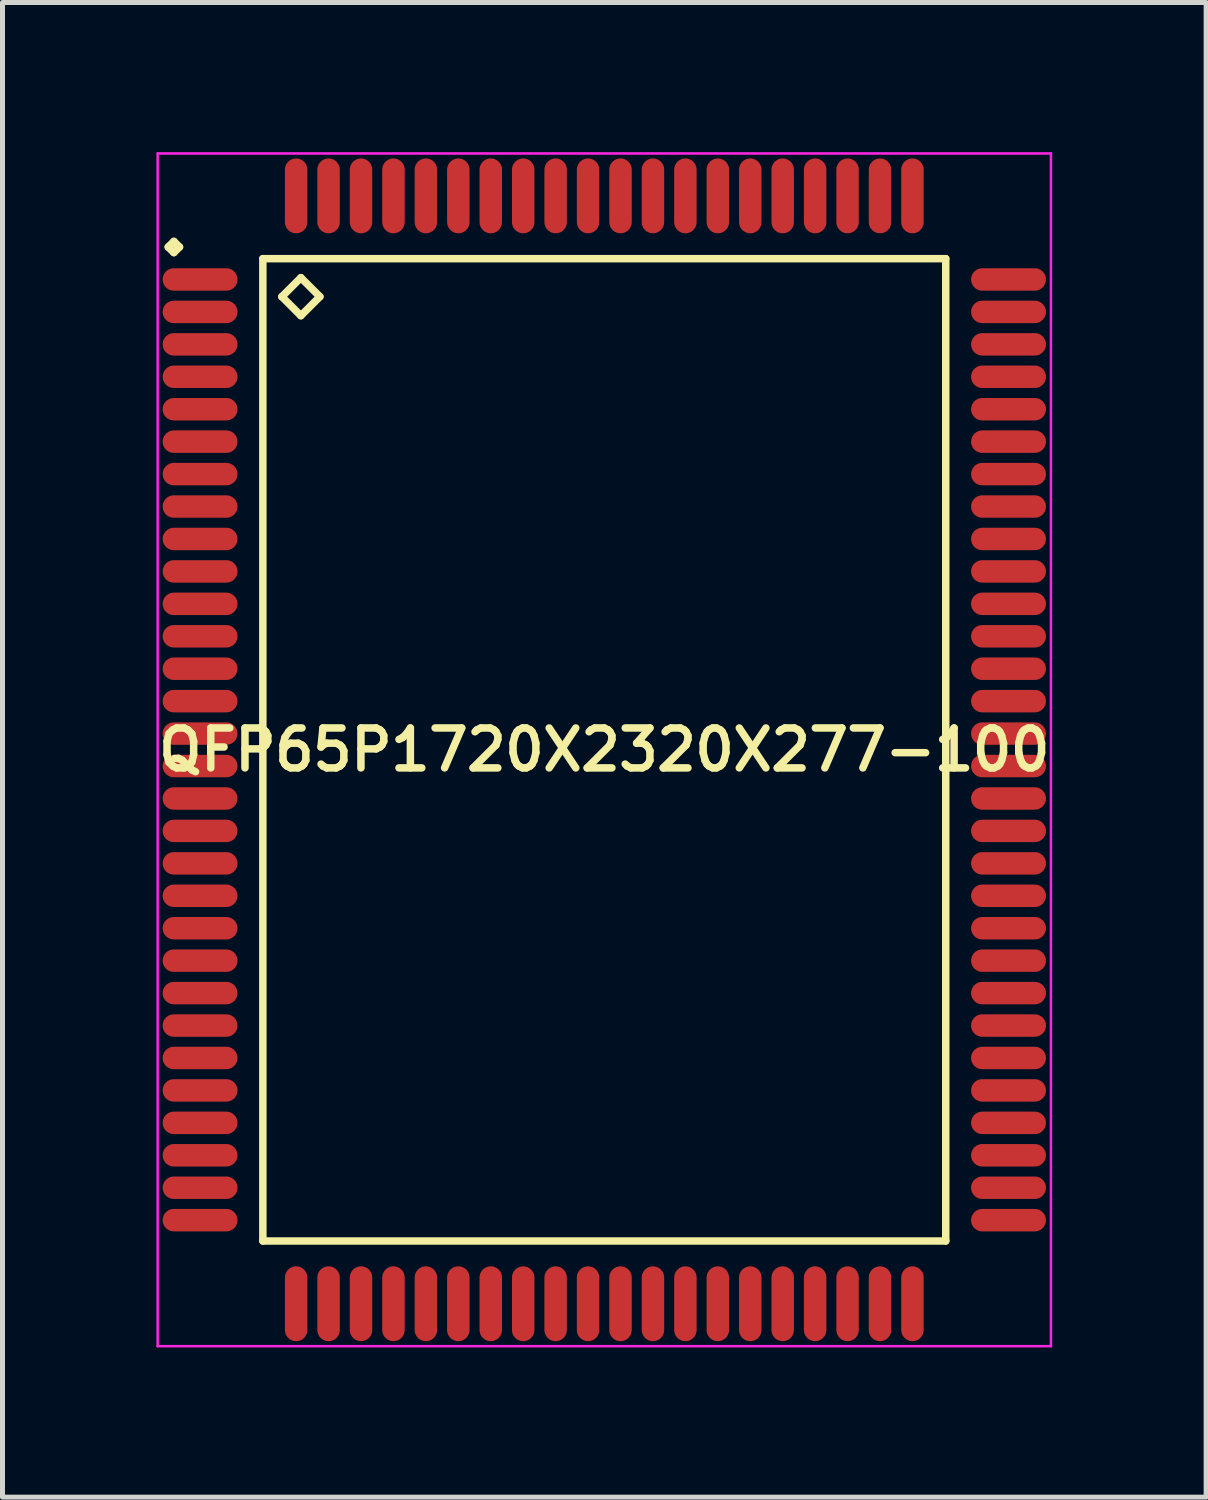
<source format=kicad_pcb>
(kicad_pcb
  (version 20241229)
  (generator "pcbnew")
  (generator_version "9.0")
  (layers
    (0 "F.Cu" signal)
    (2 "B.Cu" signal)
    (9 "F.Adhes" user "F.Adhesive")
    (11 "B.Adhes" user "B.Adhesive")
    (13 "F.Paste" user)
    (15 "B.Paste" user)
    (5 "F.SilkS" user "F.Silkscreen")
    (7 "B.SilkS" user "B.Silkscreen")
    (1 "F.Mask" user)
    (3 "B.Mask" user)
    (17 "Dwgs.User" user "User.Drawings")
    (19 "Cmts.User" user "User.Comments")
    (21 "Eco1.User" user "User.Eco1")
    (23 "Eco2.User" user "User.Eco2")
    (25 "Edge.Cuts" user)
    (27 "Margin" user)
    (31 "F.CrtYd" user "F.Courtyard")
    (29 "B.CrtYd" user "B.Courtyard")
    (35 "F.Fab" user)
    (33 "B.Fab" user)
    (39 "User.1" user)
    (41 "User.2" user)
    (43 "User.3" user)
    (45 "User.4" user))
  (footprint "QFP65P1720X2320X277-100"
    (layer "F.Cu")
    (at 9.059 11.975)
    (property "Reference" "QFP65P1720X2320X277-100" (at 0 0 0) (layer "F.SilkS") (effects (font (size 0.8 0.8) (thickness 0.15))))
    (attr smd)
    (fp_line (start -8.738 -10.075) (end -8.625 -10.188) (stroke (width 0.15) (type solid)) (layer "F.SilkS"))
    (fp_line (start -8.625 -10.188) (end -8.512 -10.075) (stroke (width 0.15) (type solid)) (layer "F.SilkS"))
    (fp_line (start -8.625 -9.963) (end -8.738 -10.075) (stroke (width 0.15) (type solid)) (layer "F.SilkS"))
    (fp_line (start -8.512 -10.075) (end -8.625 -9.963) (stroke (width 0.15) (type solid)) (layer "F.SilkS"))
    (fp_line (start -6.842 -9.842) (end -6.842 9.842) (stroke (width 0.15) (type solid)) (layer "F.SilkS"))
    (fp_line (start -6.842 9.842) (end 6.842 9.842) (stroke (width 0.15) (type solid)) (layer "F.SilkS"))
    (fp_line (start -6.461 -9.08) (end -6.08 -9.461) (stroke (width 0.15) (type solid)) (layer "F.SilkS"))
    (fp_line (start -6.08 -9.461) (end -5.699 -9.08) (stroke (width 0.15) (type solid)) (layer "F.SilkS"))
    (fp_line (start -6.08 -8.699) (end -6.461 -9.08) (stroke (width 0.15) (type solid)) (layer "F.SilkS"))
    (fp_line (start -5.699 -9.08) (end -6.08 -8.699) (stroke (width 0.15) (type solid)) (layer "F.SilkS"))
    (fp_line (start 6.842 -9.842) (end -6.842 -9.842) (stroke (width 0.15) (type solid)) (layer "F.SilkS"))
    (fp_line (start 6.842 9.842) (end 6.842 -9.842) (stroke (width 0.15) (type solid)) (layer "F.SilkS"))
    (fp_line (start -8.95 -11.95) (end 8.95 -11.95) (stroke (width 0.05) (type solid)) (layer "F.CrtYd"))
    (fp_line (start -8.95 11.95) (end -8.95 -11.95) (stroke (width 0.05) (type solid)) (layer "F.CrtYd"))
    (fp_line (start 8.95 -11.95) (end 8.95 11.95) (stroke (width 0.05) (type solid)) (layer "F.CrtYd"))
    (fp_line (start 8.95 11.95) (end -8.95 11.95) (stroke (width 0.05) (type solid)) (layer "F.CrtYd"))
    (pad "1" smd oval (at -8.1 -9.425) (size 1.5 0.45) (layers "F.Cu" "F.Mask" "F.Paste"))
    (pad "2" smd oval (at -8.1 -8.775) (size 1.5 0.45) (layers "F.Cu" "F.Mask" "F.Paste"))
    (pad "3" smd oval (at -8.1 -8.125) (size 1.5 0.45) (layers "F.Cu" "F.Mask" "F.Paste"))
    (pad "4" smd oval (at -8.1 -7.475) (size 1.5 0.45) (layers "F.Cu" "F.Mask" "F.Paste"))
    (pad "5" smd oval (at -8.1 -6.825) (size 1.5 0.45) (layers "F.Cu" "F.Mask" "F.Paste"))
    (pad "6" smd oval (at -8.1 -6.175) (size 1.5 0.45) (layers "F.Cu" "F.Mask" "F.Paste"))
    (pad "7" smd oval (at -8.1 -5.525) (size 1.5 0.45) (layers "F.Cu" "F.Mask" "F.Paste"))
    (pad "8" smd oval (at -8.1 -4.875) (size 1.5 0.45) (layers "F.Cu" "F.Mask" "F.Paste"))
    (pad "9" smd oval (at -8.1 -4.225) (size 1.5 0.45) (layers "F.Cu" "F.Mask" "F.Paste"))
    (pad "10" smd oval (at -8.1 -3.575) (size 1.5 0.45) (layers "F.Cu" "F.Mask" "F.Paste"))
    (pad "11" smd oval (at -8.1 -2.925) (size 1.5 0.45) (layers "F.Cu" "F.Mask" "F.Paste"))
    (pad "12" smd oval (at -8.1 -2.275) (size 1.5 0.45) (layers "F.Cu" "F.Mask" "F.Paste"))
    (pad "13" smd oval (at -8.1 -1.625) (size 1.5 0.45) (layers "F.Cu" "F.Mask" "F.Paste"))
    (pad "14" smd oval (at -8.1 -0.975) (size 1.5 0.45) (layers "F.Cu" "F.Mask" "F.Paste"))
    (pad "15" smd oval (at -8.1 -0.325) (size 1.5 0.45) (layers "F.Cu" "F.Mask" "F.Paste"))
    (pad "16" smd oval (at -8.1 0.325) (size 1.5 0.45) (layers "F.Cu" "F.Mask" "F.Paste"))
    (pad "17" smd oval (at -8.1 0.975) (size 1.5 0.45) (layers "F.Cu" "F.Mask" "F.Paste"))
    (pad "18" smd oval (at -8.1 1.625) (size 1.5 0.45) (layers "F.Cu" "F.Mask" "F.Paste"))
    (pad "19" smd oval (at -8.1 2.275) (size 1.5 0.45) (layers "F.Cu" "F.Mask" "F.Paste"))
    (pad "20" smd oval (at -8.1 2.925) (size 1.5 0.45) (layers "F.Cu" "F.Mask" "F.Paste"))
    (pad "21" smd oval (at -8.1 3.575) (size 1.5 0.45) (layers "F.Cu" "F.Mask" "F.Paste"))
    (pad "22" smd oval (at -8.1 4.225) (size 1.5 0.45) (layers "F.Cu" "F.Mask" "F.Paste"))
    (pad "23" smd oval (at -8.1 4.875) (size 1.5 0.45) (layers "F.Cu" "F.Mask" "F.Paste"))
    (pad "24" smd oval (at -8.1 5.525) (size 1.5 0.45) (layers "F.Cu" "F.Mask" "F.Paste"))
    (pad "25" smd oval (at -8.1 6.175) (size 1.5 0.45) (layers "F.Cu" "F.Mask" "F.Paste"))
    (pad "26" smd oval (at -8.1 6.825) (size 1.5 0.45) (layers "F.Cu" "F.Mask" "F.Paste"))
    (pad "27" smd oval (at -8.1 7.475) (size 1.5 0.45) (layers "F.Cu" "F.Mask" "F.Paste"))
    (pad "28" smd oval (at -8.1 8.125) (size 1.5 0.45) (layers "F.Cu" "F.Mask" "F.Paste"))
    (pad "29" smd oval (at -8.1 8.775) (size 1.5 0.45) (layers "F.Cu" "F.Mask" "F.Paste"))
    (pad "30" smd oval (at -8.1 9.425) (size 1.5 0.45) (layers "F.Cu" "F.Mask" "F.Paste"))
    (pad "31" smd oval (at -6.175 11.1) (size 0.45 1.5) (layers "F.Cu" "F.Mask" "F.Paste"))
    (pad "32" smd oval (at -5.525 11.1) (size 0.45 1.5) (layers "F.Cu" "F.Mask" "F.Paste"))
    (pad "33" smd oval (at -4.875 11.1) (size 0.45 1.5) (layers "F.Cu" "F.Mask" "F.Paste"))
    (pad "34" smd oval (at -4.225 11.1) (size 0.45 1.5) (layers "F.Cu" "F.Mask" "F.Paste"))
    (pad "35" smd oval (at -3.575 11.1) (size 0.45 1.5) (layers "F.Cu" "F.Mask" "F.Paste"))
    (pad "36" smd oval (at -2.925 11.1) (size 0.45 1.5) (layers "F.Cu" "F.Mask" "F.Paste"))
    (pad "37" smd oval (at -2.275 11.1) (size 0.45 1.5) (layers "F.Cu" "F.Mask" "F.Paste"))
    (pad "38" smd oval (at -1.625 11.1) (size 0.45 1.5) (layers "F.Cu" "F.Mask" "F.Paste"))
    (pad "39" smd oval (at -0.975 11.1) (size 0.45 1.5) (layers "F.Cu" "F.Mask" "F.Paste"))
    (pad "40" smd oval (at -0.325 11.1) (size 0.45 1.5) (layers "F.Cu" "F.Mask" "F.Paste"))
    (pad "41" smd oval (at 0.325 11.1) (size 0.45 1.5) (layers "F.Cu" "F.Mask" "F.Paste"))
    (pad "42" smd oval (at 0.975 11.1) (size 0.45 1.5) (layers "F.Cu" "F.Mask" "F.Paste"))
    (pad "43" smd oval (at 1.625 11.1) (size 0.45 1.5) (layers "F.Cu" "F.Mask" "F.Paste"))
    (pad "44" smd oval (at 2.275 11.1) (size 0.45 1.5) (layers "F.Cu" "F.Mask" "F.Paste"))
    (pad "45" smd oval (at 2.925 11.1) (size 0.45 1.5) (layers "F.Cu" "F.Mask" "F.Paste"))
    (pad "46" smd oval (at 3.575 11.1) (size 0.45 1.5) (layers "F.Cu" "F.Mask" "F.Paste"))
    (pad "47" smd oval (at 4.225 11.1) (size 0.45 1.5) (layers "F.Cu" "F.Mask" "F.Paste"))
    (pad "48" smd oval (at 4.875 11.1) (size 0.45 1.5) (layers "F.Cu" "F.Mask" "F.Paste"))
    (pad "49" smd oval (at 5.525 11.1) (size 0.45 1.5) (layers "F.Cu" "F.Mask" "F.Paste"))
    (pad "50" smd oval (at 6.175 11.1) (size 0.45 1.5) (layers "F.Cu" "F.Mask" "F.Paste"))
    (pad "51" smd oval (at 8.1 9.425) (size 1.5 0.45) (layers "F.Cu" "F.Mask" "F.Paste"))
    (pad "52" smd oval (at 8.1 8.775) (size 1.5 0.45) (layers "F.Cu" "F.Mask" "F.Paste"))
    (pad "53" smd oval (at 8.1 8.125) (size 1.5 0.45) (layers "F.Cu" "F.Mask" "F.Paste"))
    (pad "54" smd oval (at 8.1 7.475) (size 1.5 0.45) (layers "F.Cu" "F.Mask" "F.Paste"))
    (pad "55" smd oval (at 8.1 6.825) (size 1.5 0.45) (layers "F.Cu" "F.Mask" "F.Paste"))
    (pad "56" smd oval (at 8.1 6.175) (size 1.5 0.45) (layers "F.Cu" "F.Mask" "F.Paste"))
    (pad "57" smd oval (at 8.1 5.525) (size 1.5 0.45) (layers "F.Cu" "F.Mask" "F.Paste"))
    (pad "58" smd oval (at 8.1 4.875) (size 1.5 0.45) (layers "F.Cu" "F.Mask" "F.Paste"))
    (pad "59" smd oval (at 8.1 4.225) (size 1.5 0.45) (layers "F.Cu" "F.Mask" "F.Paste"))
    (pad "60" smd oval (at 8.1 3.575) (size 1.5 0.45) (layers "F.Cu" "F.Mask" "F.Paste"))
    (pad "61" smd oval (at 8.1 2.925) (size 1.5 0.45) (layers "F.Cu" "F.Mask" "F.Paste"))
    (pad "62" smd oval (at 8.1 2.275) (size 1.5 0.45) (layers "F.Cu" "F.Mask" "F.Paste"))
    (pad "63" smd oval (at 8.1 1.625) (size 1.5 0.45) (layers "F.Cu" "F.Mask" "F.Paste"))
    (pad "64" smd oval (at 8.1 0.975) (size 1.5 0.45) (layers "F.Cu" "F.Mask" "F.Paste"))
    (pad "65" smd oval (at 8.1 0.325) (size 1.5 0.45) (layers "F.Cu" "F.Mask" "F.Paste"))
    (pad "66" smd oval (at 8.1 -0.325) (size 1.5 0.45) (layers "F.Cu" "F.Mask" "F.Paste"))
    (pad "67" smd oval (at 8.1 -0.975) (size 1.5 0.45) (layers "F.Cu" "F.Mask" "F.Paste"))
    (pad "68" smd oval (at 8.1 -1.625) (size 1.5 0.45) (layers "F.Cu" "F.Mask" "F.Paste"))
    (pad "69" smd oval (at 8.1 -2.275) (size 1.5 0.45) (layers "F.Cu" "F.Mask" "F.Paste"))
    (pad "70" smd oval (at 8.1 -2.925) (size 1.5 0.45) (layers "F.Cu" "F.Mask" "F.Paste"))
    (pad "71" smd oval (at 8.1 -3.575) (size 1.5 0.45) (layers "F.Cu" "F.Mask" "F.Paste"))
    (pad "72" smd oval (at 8.1 -4.225) (size 1.5 0.45) (layers "F.Cu" "F.Mask" "F.Paste"))
    (pad "73" smd oval (at 8.1 -4.875) (size 1.5 0.45) (layers "F.Cu" "F.Mask" "F.Paste"))
    (pad "74" smd oval (at 8.1 -5.525) (size 1.5 0.45) (layers "F.Cu" "F.Mask" "F.Paste"))
    (pad "75" smd oval (at 8.1 -6.175) (size 1.5 0.45) (layers "F.Cu" "F.Mask" "F.Paste"))
    (pad "76" smd oval (at 8.1 -6.825) (size 1.5 0.45) (layers "F.Cu" "F.Mask" "F.Paste"))
    (pad "77" smd oval (at 8.1 -7.475) (size 1.5 0.45) (layers "F.Cu" "F.Mask" "F.Paste"))
    (pad "78" smd oval (at 8.1 -8.125) (size 1.5 0.45) (layers "F.Cu" "F.Mask" "F.Paste"))
    (pad "79" smd oval (at 8.1 -8.775) (size 1.5 0.45) (layers "F.Cu" "F.Mask" "F.Paste"))
    (pad "80" smd oval (at 8.1 -9.425) (size 1.5 0.45) (layers "F.Cu" "F.Mask" "F.Paste"))
    (pad "81" smd oval (at 6.175 -11.1) (size 0.45 1.5) (layers "F.Cu" "F.Mask" "F.Paste"))
    (pad "82" smd oval (at 5.525 -11.1) (size 0.45 1.5) (layers "F.Cu" "F.Mask" "F.Paste"))
    (pad "83" smd oval (at 4.875 -11.1) (size 0.45 1.5) (layers "F.Cu" "F.Mask" "F.Paste"))
    (pad "84" smd oval (at 4.225 -11.1) (size 0.45 1.5) (layers "F.Cu" "F.Mask" "F.Paste"))
    (pad "85" smd oval (at 3.575 -11.1) (size 0.45 1.5) (layers "F.Cu" "F.Mask" "F.Paste"))
    (pad "86" smd oval (at 2.925 -11.1) (size 0.45 1.5) (layers "F.Cu" "F.Mask" "F.Paste"))
    (pad "87" smd oval (at 2.275 -11.1) (size 0.45 1.5) (layers "F.Cu" "F.Mask" "F.Paste"))
    (pad "88" smd oval (at 1.625 -11.1) (size 0.45 1.5) (layers "F.Cu" "F.Mask" "F.Paste"))
    (pad "89" smd oval (at 0.975 -11.1) (size 0.45 1.5) (layers "F.Cu" "F.Mask" "F.Paste"))
    (pad "90" smd oval (at 0.325 -11.1) (size 0.45 1.5) (layers "F.Cu" "F.Mask" "F.Paste"))
    (pad "91" smd oval (at -0.325 -11.1) (size 0.45 1.5) (layers "F.Cu" "F.Mask" "F.Paste"))
    (pad "92" smd oval (at -0.975 -11.1) (size 0.45 1.5) (layers "F.Cu" "F.Mask" "F.Paste"))
    (pad "93" smd oval (at -1.625 -11.1) (size 0.45 1.5) (layers "F.Cu" "F.Mask" "F.Paste"))
    (pad "94" smd oval (at -2.275 -11.1) (size 0.45 1.5) (layers "F.Cu" "F.Mask" "F.Paste"))
    (pad "95" smd oval (at -2.925 -11.1) (size 0.45 1.5) (layers "F.Cu" "F.Mask" "F.Paste"))
    (pad "96" smd oval (at -3.575 -11.1) (size 0.45 1.5) (layers "F.Cu" "F.Mask" "F.Paste"))
    (pad "97" smd oval (at -4.225 -11.1) (size 0.45 1.5) (layers "F.Cu" "F.Mask" "F.Paste"))
    (pad "98" smd oval (at -4.875 -11.1) (size 0.45 1.5) (layers "F.Cu" "F.Mask" "F.Paste"))
    (pad "99" smd oval (at -5.525 -11.1) (size 0.45 1.5) (layers "F.Cu" "F.Mask" "F.Paste"))
    (pad "100" smd oval (at -6.175 -11.1) (size 0.45 1.5) (layers "F.Cu" "F.Mask" "F.Paste")))
  (gr_rect
    (start -3 -3)
    (end 21.119 26.95)
    (stroke (width 0.1) (type default))
    (fill no)
    (layer "Edge.Cuts")))
</source>
